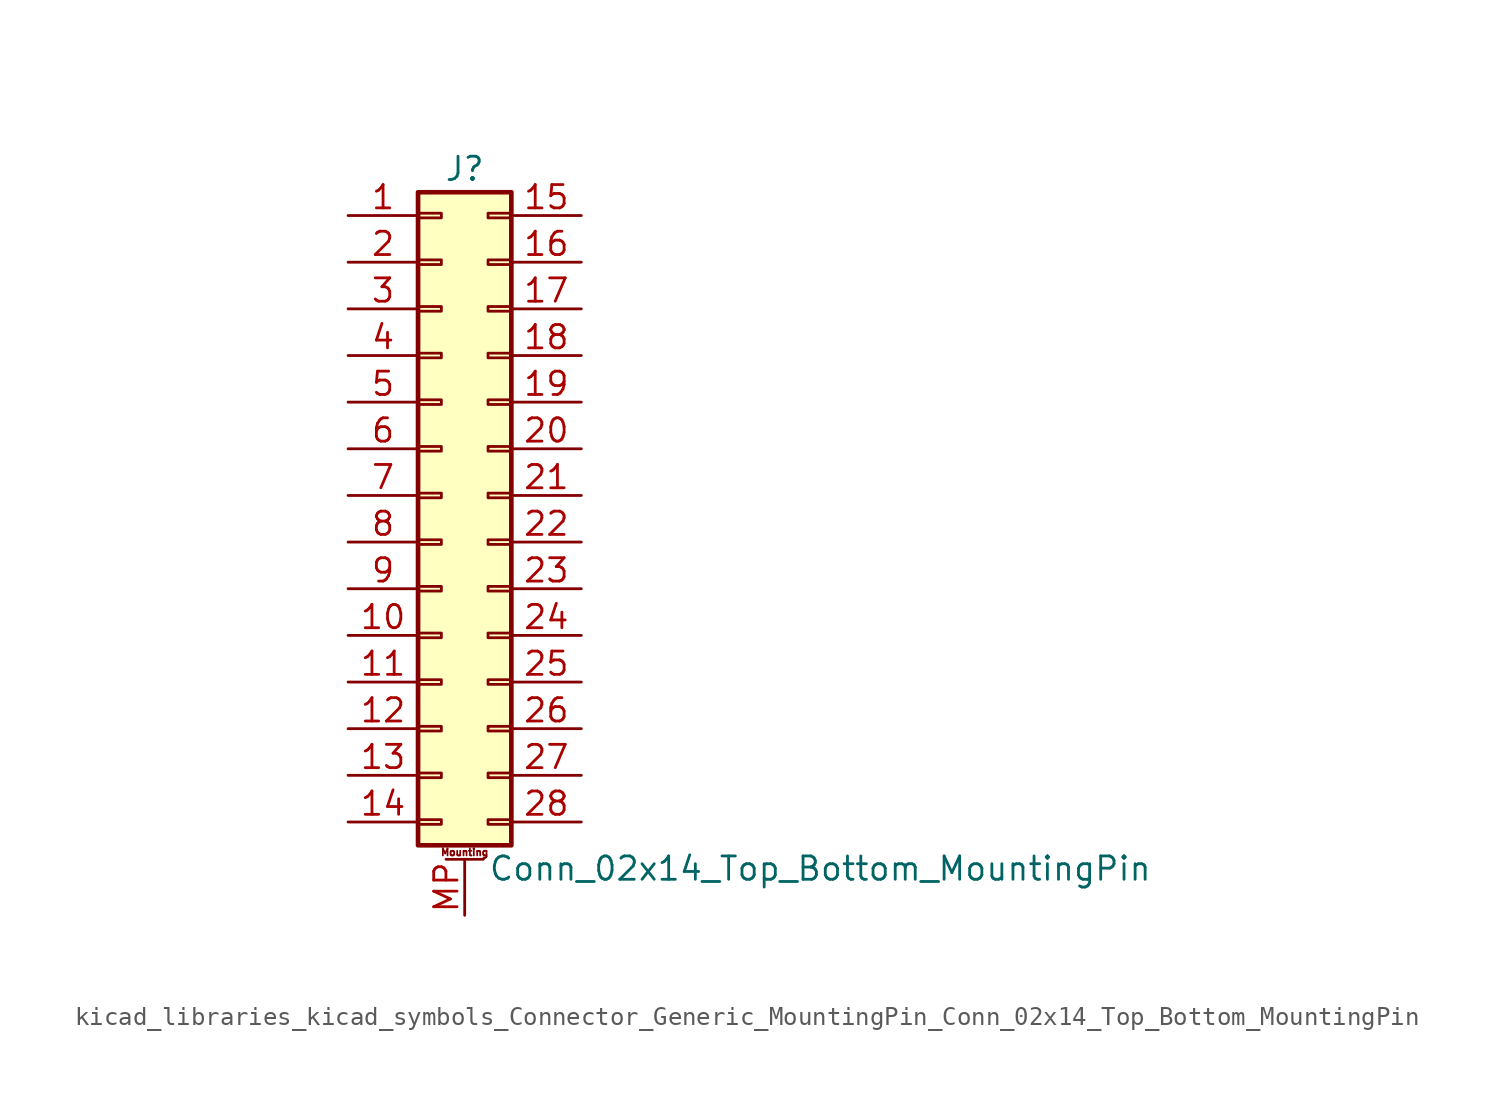
<source format=kicad_sym>
(kicad_symbol_lib
  (version 20220914)
  (generator kicad_symbol_editor)
  (symbol "kicad_libraries_kicad_symbols_Connector_Generic_MountingPin_Conn_02x14_Top_Bottom_MountingPin"
    (pin_names
      (offset 1.016) hide)
    (property "Reference" "J"
      (at 1.27 17.78 0)
      (effects (font (size 1.27 1.27))))
    (property "Value" "Conn_02x14_Top_Bottom_MountingPin"
      (at 2.54 -20.32 0)
      (effects (font (size 1.27 1.27)) (justify left)))
    (symbol "kicad_libraries_kicad_symbols_Connector_Generic_MountingPin_Conn_02x14_Top_Bottom_MountingPin_1_1"
      (rectangle (start -1.27 -17.653) (end 0 -17.907) (stroke (width 0.152) (type default)) (fill (type none)))
      (rectangle (start -1.27 -15.113) (end 0 -15.367) (stroke (width 0.152) (type default)) (fill (type none)))
      (rectangle (start -1.27 -12.573) (end 0 -12.827) (stroke (width 0.152) (type default)) (fill (type none)))
      (rectangle (start -1.27 -10.033) (end 0 -10.287) (stroke (width 0.152) (type default)) (fill (type none)))
      (rectangle (start -1.27 -7.493) (end 0 -7.747) (stroke (width 0.152) (type default)) (fill (type none)))
      (rectangle (start -1.27 -4.953) (end 0 -5.207) (stroke (width 0.152) (type default)) (fill (type none)))
      (rectangle (start -1.27 -2.413) (end 0 -2.667) (stroke (width 0.152) (type default)) (fill (type none)))
      (rectangle (start -1.27 0.127) (end 0 -0.127) (stroke (width 0.152) (type default)) (fill (type none)))
      (rectangle (start -1.27 2.667) (end 0 2.413) (stroke (width 0.152) (type default)) (fill (type none)))
      (rectangle (start -1.27 5.207) (end 0 4.953) (stroke (width 0.152) (type default)) (fill (type none)))
      (rectangle (start -1.27 7.747) (end 0 7.493) (stroke (width 0.152) (type default)) (fill (type none)))
      (rectangle (start -1.27 10.287) (end 0 10.033) (stroke (width 0.152) (type default)) (fill (type none)))
      (rectangle (start -1.27 12.827) (end 0 12.573) (stroke (width 0.152) (type default)) (fill (type none)))
      (rectangle (start -1.27 15.367) (end 0 15.113) (stroke (width 0.152) (type default)) (fill (type none)))
      (rectangle (start -1.27 16.51) (end 3.81 -19.05) (stroke (width 0.254) (type default)) (fill (type background)))
      (polyline (pts (xy 0.254 -19.812) (xy 2.286 -19.812)) (stroke (width 0.152) (type default)) (fill (type none)))
      (rectangle (start 3.81 -17.653) (end 2.54 -17.907) (stroke (width 0.152) (type default)) (fill (type none)))
      (rectangle (start 3.81 -15.113) (end 2.54 -15.367) (stroke (width 0.152) (type default)) (fill (type none)))
      (rectangle (start 3.81 -12.573) (end 2.54 -12.827) (stroke (width 0.152) (type default)) (fill (type none)))
      (rectangle (start 3.81 -10.033) (end 2.54 -10.287) (stroke (width 0.152) (type default)) (fill (type none)))
      (rectangle (start 3.81 -7.493) (end 2.54 -7.747) (stroke (width 0.152) (type default)) (fill (type none)))
      (rectangle (start 3.81 -4.953) (end 2.54 -5.207) (stroke (width 0.152) (type default)) (fill (type none)))
      (rectangle (start 3.81 -2.413) (end 2.54 -2.667) (stroke (width 0.152) (type default)) (fill (type none)))
      (rectangle (start 3.81 0.127) (end 2.54 -0.127) (stroke (width 0.152) (type default)) (fill (type none)))
      (rectangle (start 3.81 2.667) (end 2.54 2.413) (stroke (width 0.152) (type default)) (fill (type none)))
      (rectangle (start 3.81 5.207) (end 2.54 4.953) (stroke (width 0.152) (type default)) (fill (type none)))
      (rectangle (start 3.81 7.747) (end 2.54 7.493) (stroke (width 0.152) (type default)) (fill (type none)))
      (rectangle (start 3.81 10.287) (end 2.54 10.033) (stroke (width 0.152) (type default)) (fill (type none)))
      (rectangle (start 3.81 12.827) (end 2.54 12.573) (stroke (width 0.152) (type default)) (fill (type none)))
      (rectangle (start 3.81 15.367) (end 2.54 15.113) (stroke (width 0.152) (type default)) (fill (type none)))
      (text "Mounting" (at 1.27 -19.431 0) (effects (font (size 0.381 0.381))))
      (pin passive line (at -5.08 15.24 0) (length 3.81) (name "Pin_1" (effects (font (size 1.27 1.27)))) (number "1" (effects (font (size 1.27 1.27)))))
      (pin passive line (at -5.08 -7.62 0) (length 3.81) (name "Pin_10" (effects (font (size 1.27 1.27)))) (number "10" (effects (font (size 1.27 1.27)))))
      (pin passive line (at -5.08 -10.16 0) (length 3.81) (name "Pin_11" (effects (font (size 1.27 1.27)))) (number "11" (effects (font (size 1.27 1.27)))))
      (pin passive line (at -5.08 -12.7 0) (length 3.81) (name "Pin_12" (effects (font (size 1.27 1.27)))) (number "12" (effects (font (size 1.27 1.27)))))
      (pin passive line (at -5.08 -15.24 0) (length 3.81) (name "Pin_13" (effects (font (size 1.27 1.27)))) (number "13" (effects (font (size 1.27 1.27)))))
      (pin passive line (at -5.08 -17.78 0) (length 3.81) (name "Pin_14" (effects (font (size 1.27 1.27)))) (number "14" (effects (font (size 1.27 1.27)))))
      (pin passive line (at 7.62 15.24 180) (length 3.81) (name "Pin_15" (effects (font (size 1.27 1.27)))) (number "15" (effects (font (size 1.27 1.27)))))
      (pin passive line (at 7.62 12.7 180) (length 3.81) (name "Pin_16" (effects (font (size 1.27 1.27)))) (number "16" (effects (font (size 1.27 1.27)))))
      (pin passive line (at 7.62 10.16 180) (length 3.81) (name "Pin_17" (effects (font (size 1.27 1.27)))) (number "17" (effects (font (size 1.27 1.27)))))
      (pin passive line (at 7.62 7.62 180) (length 3.81) (name "Pin_18" (effects (font (size 1.27 1.27)))) (number "18" (effects (font (size 1.27 1.27)))))
      (pin passive line (at 7.62 5.08 180) (length 3.81) (name "Pin_19" (effects (font (size 1.27 1.27)))) (number "19" (effects (font (size 1.27 1.27)))))
      (pin passive line (at -5.08 12.7 0) (length 3.81) (name "Pin_2" (effects (font (size 1.27 1.27)))) (number "2" (effects (font (size 1.27 1.27)))))
      (pin passive line (at 7.62 2.54 180) (length 3.81) (name "Pin_20" (effects (font (size 1.27 1.27)))) (number "20" (effects (font (size 1.27 1.27)))))
      (pin passive line (at 7.62 0 180) (length 3.81) (name "Pin_21" (effects (font (size 1.27 1.27)))) (number "21" (effects (font (size 1.27 1.27)))))
      (pin passive line (at 7.62 -2.54 180) (length 3.81) (name "Pin_22" (effects (font (size 1.27 1.27)))) (number "22" (effects (font (size 1.27 1.27)))))
      (pin passive line (at 7.62 -5.08 180) (length 3.81) (name "Pin_23" (effects (font (size 1.27 1.27)))) (number "23" (effects (font (size 1.27 1.27)))))
      (pin passive line (at 7.62 -7.62 180) (length 3.81) (name "Pin_24" (effects (font (size 1.27 1.27)))) (number "24" (effects (font (size 1.27 1.27)))))
      (pin passive line (at 7.62 -10.16 180) (length 3.81) (name "Pin_25" (effects (font (size 1.27 1.27)))) (number "25" (effects (font (size 1.27 1.27)))))
      (pin passive line (at 7.62 -12.7 180) (length 3.81) (name "Pin_26" (effects (font (size 1.27 1.27)))) (number "26" (effects (font (size 1.27 1.27)))))
      (pin passive line (at 7.62 -15.24 180) (length 3.81) (name "Pin_27" (effects (font (size 1.27 1.27)))) (number "27" (effects (font (size 1.27 1.27)))))
      (pin passive line (at 7.62 -17.78 180) (length 3.81) (name "Pin_28" (effects (font (size 1.27 1.27)))) (number "28" (effects (font (size 1.27 1.27)))))
      (pin passive line (at -5.08 10.16 0) (length 3.81) (name "Pin_3" (effects (font (size 1.27 1.27)))) (number "3" (effects (font (size 1.27 1.27)))))
      (pin passive line (at -5.08 7.62 0) (length 3.81) (name "Pin_4" (effects (font (size 1.27 1.27)))) (number "4" (effects (font (size 1.27 1.27)))))
      (pin passive line (at -5.08 5.08 0) (length 3.81) (name "Pin_5" (effects (font (size 1.27 1.27)))) (number "5" (effects (font (size 1.27 1.27)))))
      (pin passive line (at -5.08 2.54 0) (length 3.81) (name "Pin_6" (effects (font (size 1.27 1.27)))) (number "6" (effects (font (size 1.27 1.27)))))
      (pin passive line (at -5.08 0 0) (length 3.81) (name "Pin_7" (effects (font (size 1.27 1.27)))) (number "7" (effects (font (size 1.27 1.27)))))
      (pin passive line (at -5.08 -2.54 0) (length 3.81) (name "Pin_8" (effects (font (size 1.27 1.27)))) (number "8" (effects (font (size 1.27 1.27)))))
      (pin passive line (at -5.08 -5.08 0) (length 3.81) (name "Pin_9" (effects (font (size 1.27 1.27)))) (number "9" (effects (font (size 1.27 1.27)))))
      (pin passive line (at 1.27 -22.86 90) (length 3.048) (name "MountPin" (effects (font (size 1.27 1.27)))) (number "MP" (effects (font (size 1.27 1.27))))))))
</source>
